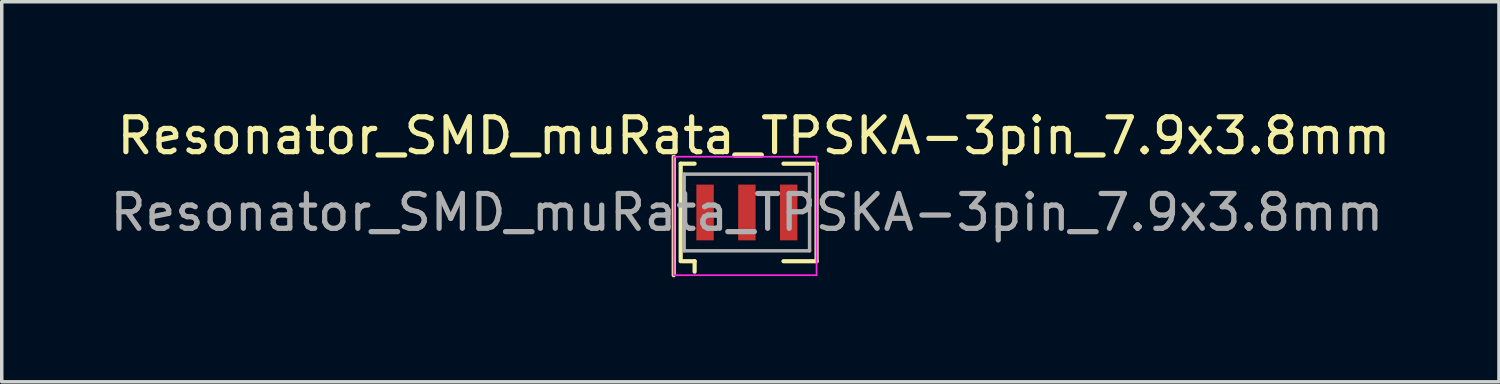
<source format=kicad_pcb>
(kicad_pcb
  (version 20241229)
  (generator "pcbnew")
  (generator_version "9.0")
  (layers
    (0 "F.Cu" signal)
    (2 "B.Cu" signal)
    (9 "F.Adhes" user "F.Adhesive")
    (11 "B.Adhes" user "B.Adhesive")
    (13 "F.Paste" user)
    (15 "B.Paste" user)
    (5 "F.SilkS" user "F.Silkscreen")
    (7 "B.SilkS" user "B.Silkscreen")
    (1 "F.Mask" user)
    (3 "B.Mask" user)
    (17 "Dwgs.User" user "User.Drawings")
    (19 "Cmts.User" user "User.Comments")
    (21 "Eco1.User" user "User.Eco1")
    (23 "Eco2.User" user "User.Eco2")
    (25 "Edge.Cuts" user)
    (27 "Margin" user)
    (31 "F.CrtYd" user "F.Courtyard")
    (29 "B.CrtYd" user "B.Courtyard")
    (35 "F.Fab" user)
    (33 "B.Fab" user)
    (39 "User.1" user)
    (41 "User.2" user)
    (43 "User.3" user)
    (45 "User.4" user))
  (footprint "Resonator_SMD_muRata_TPSKA-3pin_7.9x3.8mm"
    (layer "F.Cu")
    (at 18.387 3.048)
    (property "Reference" "Resonator_SMD_muRata_TPSKA-3pin_7.9x3.8mm" (at 0.2 -2.2 0) (layer "F.SilkS") (effects (font (size 1 1) (thickness 0.15))))
    (attr smd)
    (fp_line (start -2.1 -1.6) (end -2.1 1.8) (stroke (width 0.12) (type solid)) (layer "F.SilkS"))
    (fp_line (start -1.9 -1.4) (end -1.5 -1.4) (stroke (width 0.12) (type solid)) (layer "F.SilkS"))
    (fp_line (start -1.9 1.4) (end -1.9 -1.4) (stroke (width 0.12) (type solid)) (layer "F.SilkS"))
    (fp_line (start -1.5 1.4) (end -1.85 1.4) (stroke (width 0.12) (type solid)) (layer "F.SilkS"))
    (fp_line (start -1.5 1.7) (end -1.5 1.4) (stroke (width 0.12) (type solid)) (layer "F.SilkS"))
    (fp_line (start 1.05 -1.4) (end 2 -1.4) (stroke (width 0.12) (type solid)) (layer "F.SilkS"))
    (fp_line (start 2 -1.4) (end 2 1.4) (stroke (width 0.12) (type solid)) (layer "F.SilkS"))
    (fp_line (start 2 1.4) (end 1.05 1.4) (stroke (width 0.12) (type solid)) (layer "F.SilkS"))
    (fp_line (start -2.1 -1.6) (end -2.1 1.8) (stroke (width 0.05) (type solid)) (layer "F.CrtYd"))
    (fp_line (start -2.1 1.8) (end 2 1.8) (stroke (width 0.05) (type solid)) (layer "F.CrtYd"))
    (fp_line (start 2 -1.6) (end -2.1 -1.6) (stroke (width 0.05) (type solid)) (layer "F.CrtYd"))
    (fp_line (start 2 1.8) (end 2 -1.6) (stroke (width 0.05) (type solid)) (layer "F.CrtYd"))
    (fp_line (start -1.8 -1.1) (end -1.8 1.1) (stroke (width 0.1) (type solid)) (layer "F.Fab"))
    (fp_line (start -1.8 1.1) (end 1.8 1.1) (stroke (width 0.1) (type solid)) (layer "F.Fab"))
    (fp_line (start 1.8 -1.1) (end -1.8 -1.1) (stroke (width 0.1) (type solid)) (layer "F.Fab"))
    (fp_line (start 1.8 1.1) (end 1.8 -1.1) (stroke (width 0.1) (type solid)) (layer "F.Fab"))
    (fp_text user "${REFERENCE}" (at 0 0 0) (layer "F.Fab") (effects (font (size 1 1) (thickness 0.15))))
    (pad "1" smd rect (at -1.2 0) (size 0.5 1.6) (layers "F.Cu" "F.Mask" "F.Paste"))
    (pad "2" smd rect (at 0 0) (size 0.5 1.6) (layers "F.Cu" "F.Mask" "F.Paste"))
    (pad "3" smd rect (at 1.2 0) (size 0.5 1.6) (layers "F.Cu" "F.Mask" "F.Paste")))
  (gr_rect
    (start -3 -3)
    (end 39.974 7.908)
    (stroke (width 0.1) (type default))
    (fill no)
    (layer "Edge.Cuts")))
</source>
